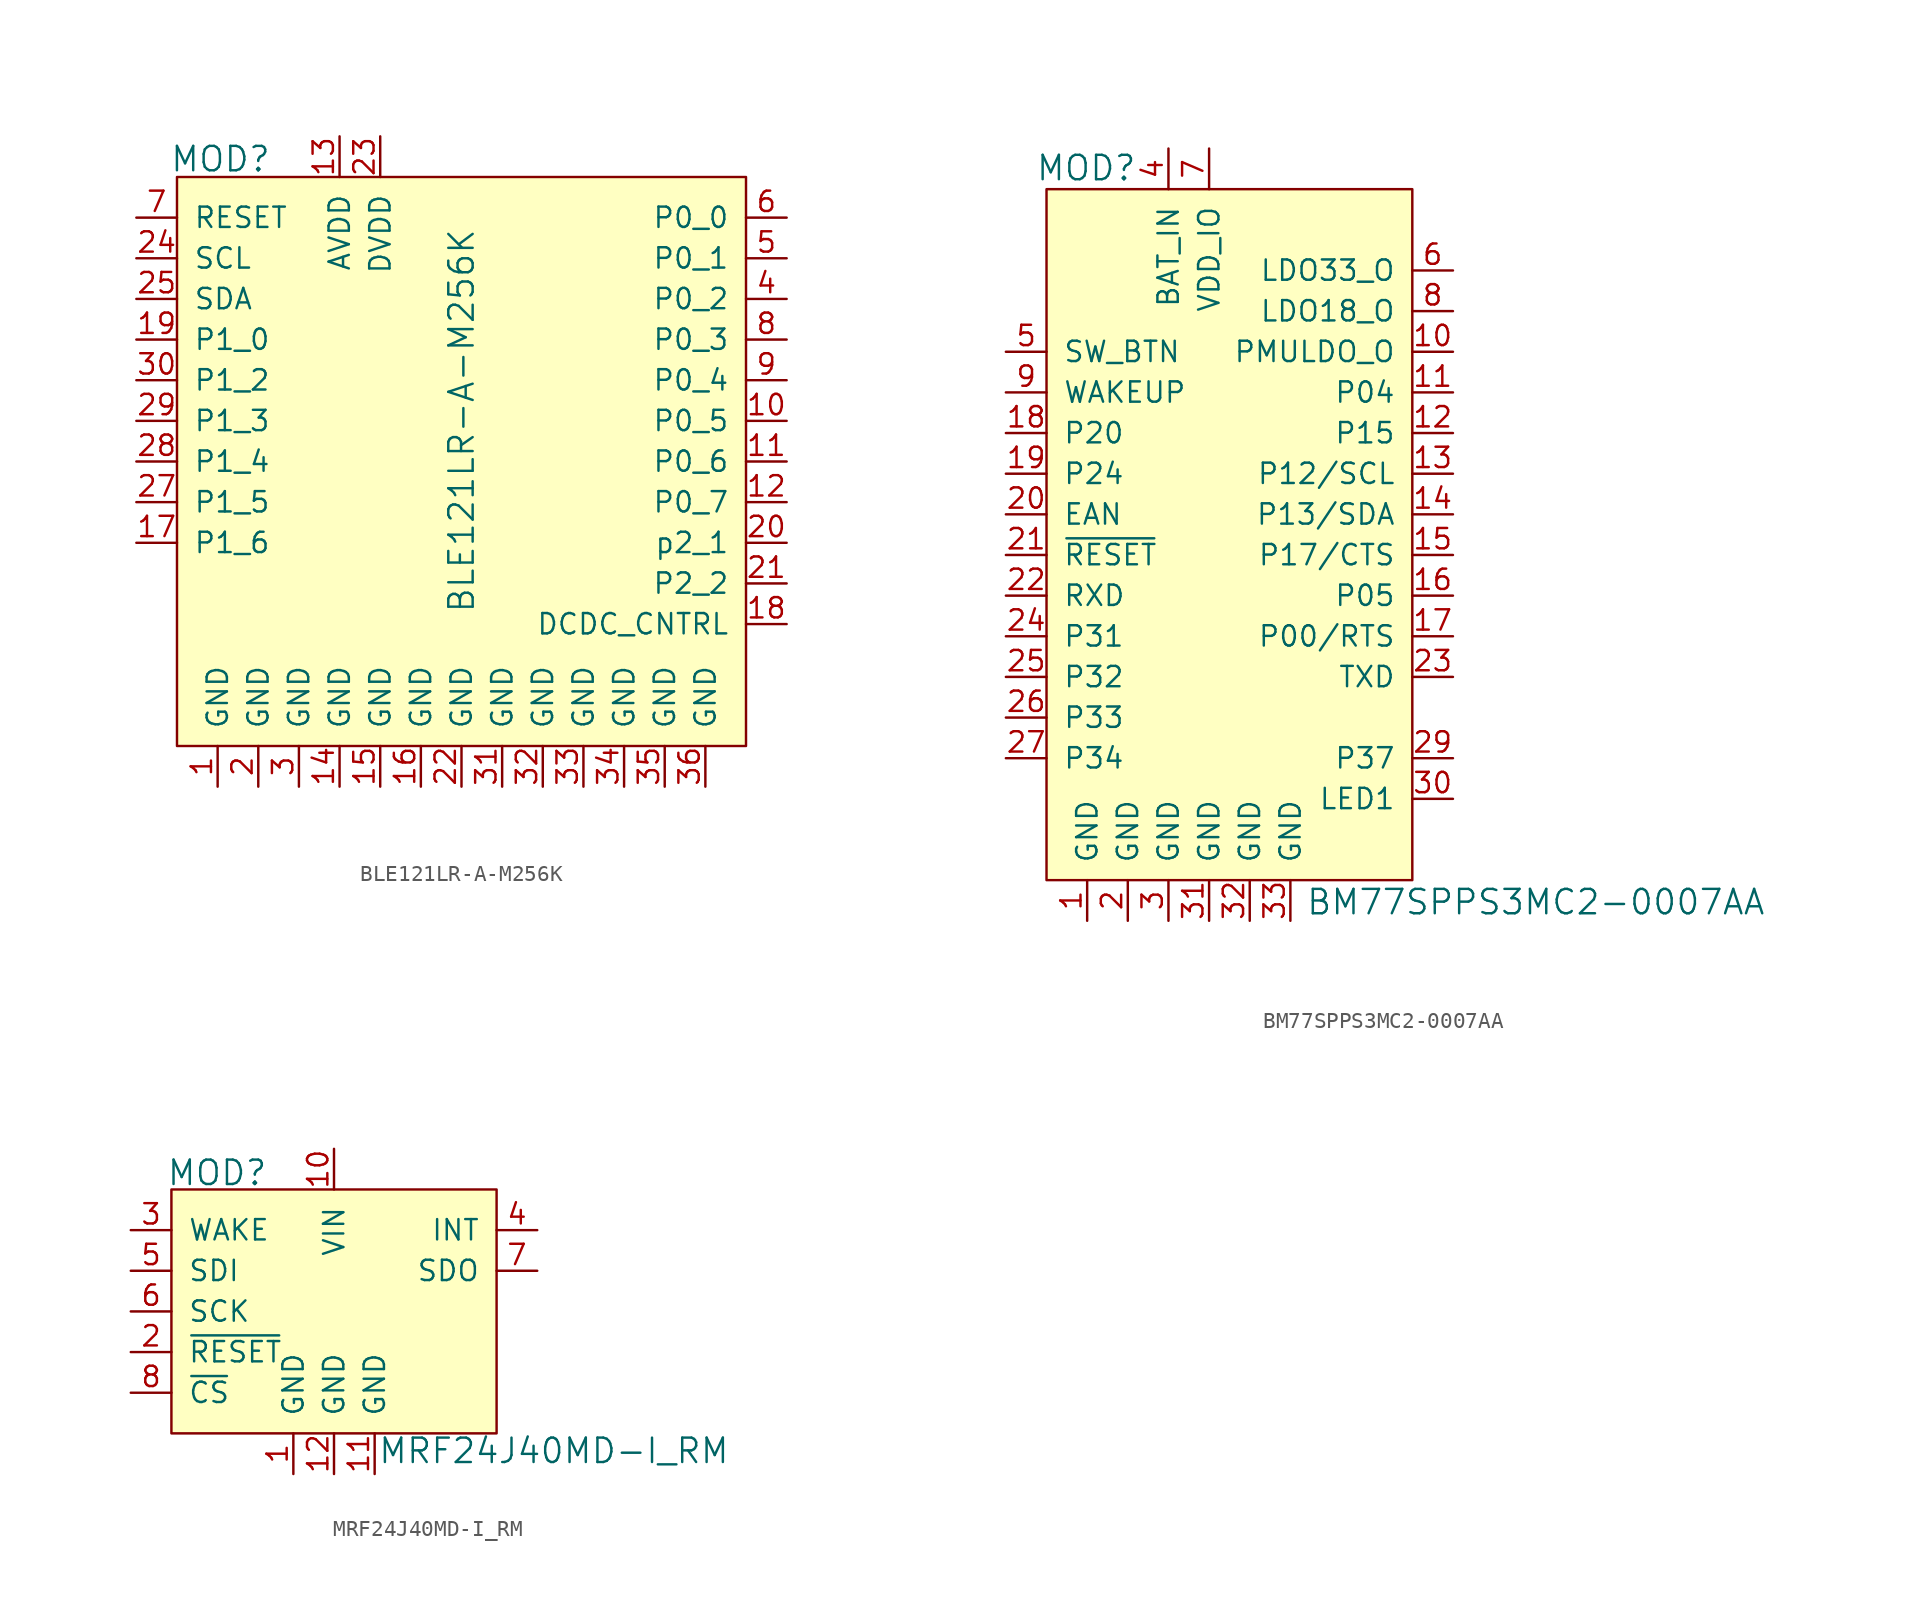
<source format=kicad_sym>
(kicad_symbol_lib
  (version 20231120)
  (generator "kicad_symbol_editor")
  (generator_version "8.0")
  (symbol "BLE121LR-A-M256K"
    (pin_names
      (offset 1.016))
    (property "Reference" "MOD"
      (at -15.062 16.358 0)
      (effects (font (size 1.524 1.524))))
    (property "Value" "BLE121LR-A-M256K"
      (at 0 0 90)
      (effects (font (size 1.524 1.524))))
    (symbol "BLE121LR-A-M256K_0_1"
      (rectangle (start -17.78 15.24) (end 17.78 -20.32) (stroke (width 0) (type solid)) (fill (type background))))
    (symbol "BLE121LR-A-M256K_1_1"
      (pin power_in line (at -15.24 -22.86 90) (length 2.54) (name "GND" (effects (font (size 1.27 1.27)))) (number "1" (effects (font (size 1.27 1.27)))))
      (pin bidirectional line (at 20.32 0 180) (length 2.54) (name "P0_5" (effects (font (size 1.27 1.27)))) (number "10" (effects (font (size 1.27 1.27)))))
      (pin bidirectional line (at 20.32 -2.54 180) (length 2.54) (name "P0_6" (effects (font (size 1.27 1.27)))) (number "11" (effects (font (size 1.27 1.27)))))
      (pin bidirectional line (at 20.32 -5.08 180) (length 2.54) (name "P0_7" (effects (font (size 1.27 1.27)))) (number "12" (effects (font (size 1.27 1.27)))))
      (pin power_in line (at -7.62 17.78 270) (length 2.54) (name "AVDD" (effects (font (size 1.27 1.27)))) (number "13" (effects (font (size 1.27 1.27)))))
      (pin power_in line (at -7.62 -22.86 90) (length 2.54) (name "GND" (effects (font (size 1.27 1.27)))) (number "14" (effects (font (size 1.27 1.27)))))
      (pin power_in line (at -5.08 -22.86 90) (length 2.54) (name "GND" (effects (font (size 1.27 1.27)))) (number "15" (effects (font (size 1.27 1.27)))))
      (pin power_in line (at -2.54 -22.86 90) (length 2.54) (name "GND" (effects (font (size 1.27 1.27)))) (number "16" (effects (font (size 1.27 1.27)))))
      (pin bidirectional line (at -20.32 -7.62 0) (length 2.54) (name "P1_6" (effects (font (size 1.27 1.27)))) (number "17" (effects (font (size 1.27 1.27)))))
      (pin bidirectional line (at 20.32 -12.7 180) (length 2.54) (name "DCDC_CNTRL" (effects (font (size 1.27 1.27)))) (number "18" (effects (font (size 1.27 1.27)))))
      (pin bidirectional line (at -20.32 5.08 0) (length 2.54) (name "P1_0" (effects (font (size 1.27 1.27)))) (number "19" (effects (font (size 1.27 1.27)))))
      (pin power_in line (at -12.7 -22.86 90) (length 2.54) (name "GND" (effects (font (size 1.27 1.27)))) (number "2" (effects (font (size 1.27 1.27)))))
      (pin bidirectional line (at 20.32 -7.62 180) (length 2.54) (name "p2_1" (effects (font (size 1.27 1.27)))) (number "20" (effects (font (size 1.27 1.27)))))
      (pin bidirectional line (at 20.32 -10.16 180) (length 2.54) (name "P2_2" (effects (font (size 1.27 1.27)))) (number "21" (effects (font (size 1.27 1.27)))))
      (pin power_in line (at 0 -22.86 90) (length 2.54) (name "GND" (effects (font (size 1.27 1.27)))) (number "22" (effects (font (size 1.27 1.27)))))
      (pin power_in line (at -5.08 17.78 270) (length 2.54) (name "DVDD" (effects (font (size 1.27 1.27)))) (number "23" (effects (font (size 1.27 1.27)))))
      (pin input line (at -20.32 10.16 0) (length 2.54) (name "SCL" (effects (font (size 1.27 1.27)))) (number "24" (effects (font (size 1.27 1.27)))))
      (pin bidirectional line (at -20.32 7.62 0) (length 2.54) (name "SDA" (effects (font (size 1.27 1.27)))) (number "25" (effects (font (size 1.27 1.27)))))
      (pin no_connect line (at -17.78 -12.7 0) (length 2.54) hide (name "NC" (effects (font (size 1.27 1.27)))) (number "26" (effects (font (size 1.27 1.27)))))
      (pin bidirectional line (at -20.32 -5.08 0) (length 2.54) (name "P1_5" (effects (font (size 1.27 1.27)))) (number "27" (effects (font (size 1.27 1.27)))))
      (pin bidirectional line (at -20.32 -2.54 0) (length 2.54) (name "P1_4" (effects (font (size 1.27 1.27)))) (number "28" (effects (font (size 1.27 1.27)))))
      (pin bidirectional line (at -20.32 0 0) (length 2.54) (name "P1_3" (effects (font (size 1.27 1.27)))) (number "29" (effects (font (size 1.27 1.27)))))
      (pin power_in line (at -10.16 -22.86 90) (length 2.54) (name "GND" (effects (font (size 1.27 1.27)))) (number "3" (effects (font (size 1.27 1.27)))))
      (pin bidirectional line (at -20.32 2.54 0) (length 2.54) (name "P1_2" (effects (font (size 1.27 1.27)))) (number "30" (effects (font (size 1.27 1.27)))))
      (pin power_in line (at 2.54 -22.86 90) (length 2.54) (name "GND" (effects (font (size 1.27 1.27)))) (number "31" (effects (font (size 1.27 1.27)))))
      (pin power_in line (at 5.08 -22.86 90) (length 2.54) (name "GND" (effects (font (size 1.27 1.27)))) (number "32" (effects (font (size 1.27 1.27)))))
      (pin power_in line (at 7.62 -22.86 90) (length 2.54) (name "GND" (effects (font (size 1.27 1.27)))) (number "33" (effects (font (size 1.27 1.27)))))
      (pin power_in line (at 10.16 -22.86 90) (length 2.54) (name "GND" (effects (font (size 1.27 1.27)))) (number "34" (effects (font (size 1.27 1.27)))))
      (pin power_in line (at 12.7 -22.86 90) (length 2.54) (name "GND" (effects (font (size 1.27 1.27)))) (number "35" (effects (font (size 1.27 1.27)))))
      (pin power_in line (at 15.24 -22.86 90) (length 2.54) (name "GND" (effects (font (size 1.27 1.27)))) (number "36" (effects (font (size 1.27 1.27)))))
      (pin bidirectional line (at 20.32 7.62 180) (length 2.54) (name "P0_2" (effects (font (size 1.27 1.27)))) (number "4" (effects (font (size 1.27 1.27)))))
      (pin bidirectional line (at 20.32 10.16 180) (length 2.54) (name "P0_1" (effects (font (size 1.27 1.27)))) (number "5" (effects (font (size 1.27 1.27)))))
      (pin bidirectional line (at 20.32 12.7 180) (length 2.54) (name "P0_0" (effects (font (size 1.27 1.27)))) (number "6" (effects (font (size 1.27 1.27)))))
      (pin input line (at -20.32 12.7 0) (length 2.54) (name "RESET" (effects (font (size 1.27 1.27)))) (number "7" (effects (font (size 1.27 1.27)))))
      (pin bidirectional line (at 20.32 5.08 180) (length 2.54) (name "P0_3" (effects (font (size 1.27 1.27)))) (number "8" (effects (font (size 1.27 1.27)))))
      (pin bidirectional line (at 20.32 2.54 180) (length 2.54) (name "P0_4" (effects (font (size 1.27 1.27)))) (number "9" (effects (font (size 1.27 1.27)))))))
  (symbol "BM77SPPS3MC2-0007AA"
    (pin_names
      (offset 1.016))
    (property "Reference" "MOD"
      (at -4.496 14.021 0)
      (effects (font (size 1.524 1.524)) (justify right)))
    (property "Value" "BM77SPPS3MC2-0007AA"
      (at 6.02 -31.852 0)
      (effects (font (size 1.524 1.524)) (justify left)))
    (symbol "BM77SPPS3MC2-0007AA_1_1"
      (rectangle (start -10.16 12.7) (end 12.7 -30.48) (stroke (width 0) (type solid)) (fill (type background)))
      (pin power_in line (at -7.62 -33.02 90) (length 2.54) (name "GND" (effects (font (size 1.27 1.27)))) (number "1" (effects (font (size 1.27 1.27)))))
      (pin output line (at 15.24 2.54 180) (length 2.54) (name "PMULDO_O" (effects (font (size 1.27 1.27)))) (number "10" (effects (font (size 1.27 1.27)))))
      (pin output line (at 15.24 0 180) (length 2.54) (name "P04" (effects (font (size 1.27 1.27)))) (number "11" (effects (font (size 1.27 1.27)))))
      (pin output line (at 15.24 -2.54 180) (length 2.54) (name "P15" (effects (font (size 1.27 1.27)))) (number "12" (effects (font (size 1.27 1.27)))))
      (pin output line (at 15.24 -5.08 180) (length 2.54) (name "P12/SCL" (effects (font (size 1.27 1.27)))) (number "13" (effects (font (size 1.27 1.27)))))
      (pin bidirectional line (at 15.24 -7.62 180) (length 2.54) (name "P13/SDA" (effects (font (size 1.27 1.27)))) (number "14" (effects (font (size 1.27 1.27)))))
      (pin bidirectional line (at 15.24 -10.16 180) (length 2.54) (name "P17/CTS" (effects (font (size 1.27 1.27)))) (number "15" (effects (font (size 1.27 1.27)))))
      (pin bidirectional line (at 15.24 -12.7 180) (length 2.54) (name "P05" (effects (font (size 1.27 1.27)))) (number "16" (effects (font (size 1.27 1.27)))))
      (pin bidirectional line (at 15.24 -15.24 180) (length 2.54) (name "P00/RTS" (effects (font (size 1.27 1.27)))) (number "17" (effects (font (size 1.27 1.27)))))
      (pin input line (at -12.7 -2.54 0) (length 2.54) (name "P20" (effects (font (size 1.27 1.27)))) (number "18" (effects (font (size 1.27 1.27)))))
      (pin input line (at -12.7 -5.08 0) (length 2.54) (name "P24" (effects (font (size 1.27 1.27)))) (number "19" (effects (font (size 1.27 1.27)))))
      (pin power_in line (at -5.08 -33.02 90) (length 2.54) (name "GND" (effects (font (size 1.27 1.27)))) (number "2" (effects (font (size 1.27 1.27)))))
      (pin input line (at -12.7 -7.62 0) (length 2.54) (name "EAN" (effects (font (size 1.27 1.27)))) (number "20" (effects (font (size 1.27 1.27)))))
      (pin input line (at -12.7 -10.16 0) (length 2.54) (name "~{RESET}" (effects (font (size 1.27 1.27)))) (number "21" (effects (font (size 1.27 1.27)))))
      (pin input line (at -12.7 -12.7 0) (length 2.54) (name "RXD" (effects (font (size 1.27 1.27)))) (number "22" (effects (font (size 1.27 1.27)))))
      (pin output line (at 15.24 -17.78 180) (length 2.54) (name "TXD" (effects (font (size 1.27 1.27)))) (number "23" (effects (font (size 1.27 1.27)))))
      (pin bidirectional line (at -12.7 -15.24 0) (length 2.54) (name "P31" (effects (font (size 1.27 1.27)))) (number "24" (effects (font (size 1.27 1.27)))))
      (pin bidirectional line (at -12.7 -17.78 0) (length 2.54) (name "P32" (effects (font (size 1.27 1.27)))) (number "25" (effects (font (size 1.27 1.27)))))
      (pin bidirectional line (at -12.7 -20.32 0) (length 2.54) (name "P33" (effects (font (size 1.27 1.27)))) (number "26" (effects (font (size 1.27 1.27)))))
      (pin bidirectional line (at -12.7 -22.86 0) (length 2.54) (name "P34" (effects (font (size 1.27 1.27)))) (number "27" (effects (font (size 1.27 1.27)))))
      (pin no_connect line (at 12.7 -20.32 180) (length 2.54) hide (name "P36" (effects (font (size 1.27 1.27)))) (number "28" (effects (font (size 1.27 1.27)))))
      (pin bidirectional line (at 15.24 -22.86 180) (length 2.54) (name "P37" (effects (font (size 1.27 1.27)))) (number "29" (effects (font (size 1.27 1.27)))))
      (pin power_in line (at -2.54 -33.02 90) (length 2.54) (name "GND" (effects (font (size 1.27 1.27)))) (number "3" (effects (font (size 1.27 1.27)))))
      (pin output line (at 15.24 -25.4 180) (length 2.54) (name "LED1" (effects (font (size 1.27 1.27)))) (number "30" (effects (font (size 1.27 1.27)))))
      (pin power_in line (at 0 -33.02 90) (length 2.54) (name "GND" (effects (font (size 1.27 1.27)))) (number "31" (effects (font (size 1.27 1.27)))))
      (pin power_in line (at 2.54 -33.02 90) (length 2.54) (name "GND" (effects (font (size 1.27 1.27)))) (number "32" (effects (font (size 1.27 1.27)))))
      (pin power_in line (at 5.08 -33.02 90) (length 2.54) (name "GND" (effects (font (size 1.27 1.27)))) (number "33" (effects (font (size 1.27 1.27)))))
      (pin power_in line (at -2.54 15.24 270) (length 2.54) (name "BAT_IN" (effects (font (size 1.27 1.27)))) (number "4" (effects (font (size 1.27 1.27)))))
      (pin input line (at -12.7 2.54 0) (length 2.54) (name "SW_BTN" (effects (font (size 1.27 1.27)))) (number "5" (effects (font (size 1.27 1.27)))))
      (pin power_out line (at 15.24 7.62 180) (length 2.54) (name "LDO33_O" (effects (font (size 1.27 1.27)))) (number "6" (effects (font (size 1.27 1.27)))))
      (pin power_in line (at 0 15.24 270) (length 2.54) (name "VDD_IO" (effects (font (size 1.27 1.27)))) (number "7" (effects (font (size 1.27 1.27)))))
      (pin power_out line (at 15.24 5.08 180) (length 2.54) (name "LDO18_O" (effects (font (size 1.27 1.27)))) (number "8" (effects (font (size 1.27 1.27)))))
      (pin input line (at -12.7 0 0) (length 2.54) (name "WAKEUP" (effects (font (size 1.27 1.27)))) (number "9" (effects (font (size 1.27 1.27)))))))
  (symbol "MRF24J40MD-I_RM"
    (pin_names
      (offset 1.016))
    (property "Reference" "MOD"
      (at -10.49 8.661 0)
      (effects (font (size 1.524 1.524)) (justify left)))
    (property "Value" "MRF24J40MD-I_RM"
      (at 2.718 -8.712 0)
      (effects (font (size 1.524 1.524)) (justify left)))
    (symbol "MRF24J40MD-I_RM_0_1"
      (rectangle (start -10.16 7.62) (end 10.16 -7.62) (stroke (width 0) (type solid)) (fill (type background))))
    (symbol "MRF24J40MD-I_RM_1_1"
      (pin power_in line (at -2.54 -10.16 90) (length 2.54) (name "GND" (effects (font (size 1.27 1.27)))) (number "1" (effects (font (size 1.27 1.27)))))
      (pin power_in line (at 0 10.16 270) (length 2.54) (name "VIN" (effects (font (size 1.27 1.27)))) (number "10" (effects (font (size 1.27 1.27)))))
      (pin power_in line (at 2.54 -10.16 90) (length 2.54) (name "GND" (effects (font (size 1.27 1.27)))) (number "11" (effects (font (size 1.27 1.27)))))
      (pin power_in line (at 0 -10.16 90) (length 2.54) (name "GND" (effects (font (size 1.27 1.27)))) (number "12" (effects (font (size 1.27 1.27)))))
      (pin input line (at -12.7 -2.54 0) (length 2.54) (name "~{RESET}" (effects (font (size 1.27 1.27)))) (number "2" (effects (font (size 1.27 1.27)))))
      (pin input line (at -12.7 5.08 0) (length 2.54) (name "WAKE" (effects (font (size 1.27 1.27)))) (number "3" (effects (font (size 1.27 1.27)))))
      (pin output line (at 12.7 5.08 180) (length 2.54) (name "INT" (effects (font (size 1.27 1.27)))) (number "4" (effects (font (size 1.27 1.27)))))
      (pin input line (at -12.7 2.54 0) (length 2.54) (name "SDI" (effects (font (size 1.27 1.27)))) (number "5" (effects (font (size 1.27 1.27)))))
      (pin input line (at -12.7 0 0) (length 2.54) (name "SCK" (effects (font (size 1.27 1.27)))) (number "6" (effects (font (size 1.27 1.27)))))
      (pin output line (at 12.7 2.54 180) (length 2.54) (name "SDO" (effects (font (size 1.27 1.27)))) (number "7" (effects (font (size 1.27 1.27)))))
      (pin input line (at -12.7 -5.08 0) (length 2.54) (name "~{CS}" (effects (font (size 1.27 1.27)))) (number "8" (effects (font (size 1.27 1.27)))))
      (pin no_connect line (at 10.16 0 180) (length 2.54) hide (name "NC" (effects (font (size 1.27 1.27)))) (number "9" (effects (font (size 1.27 1.27))))))))
</source>
